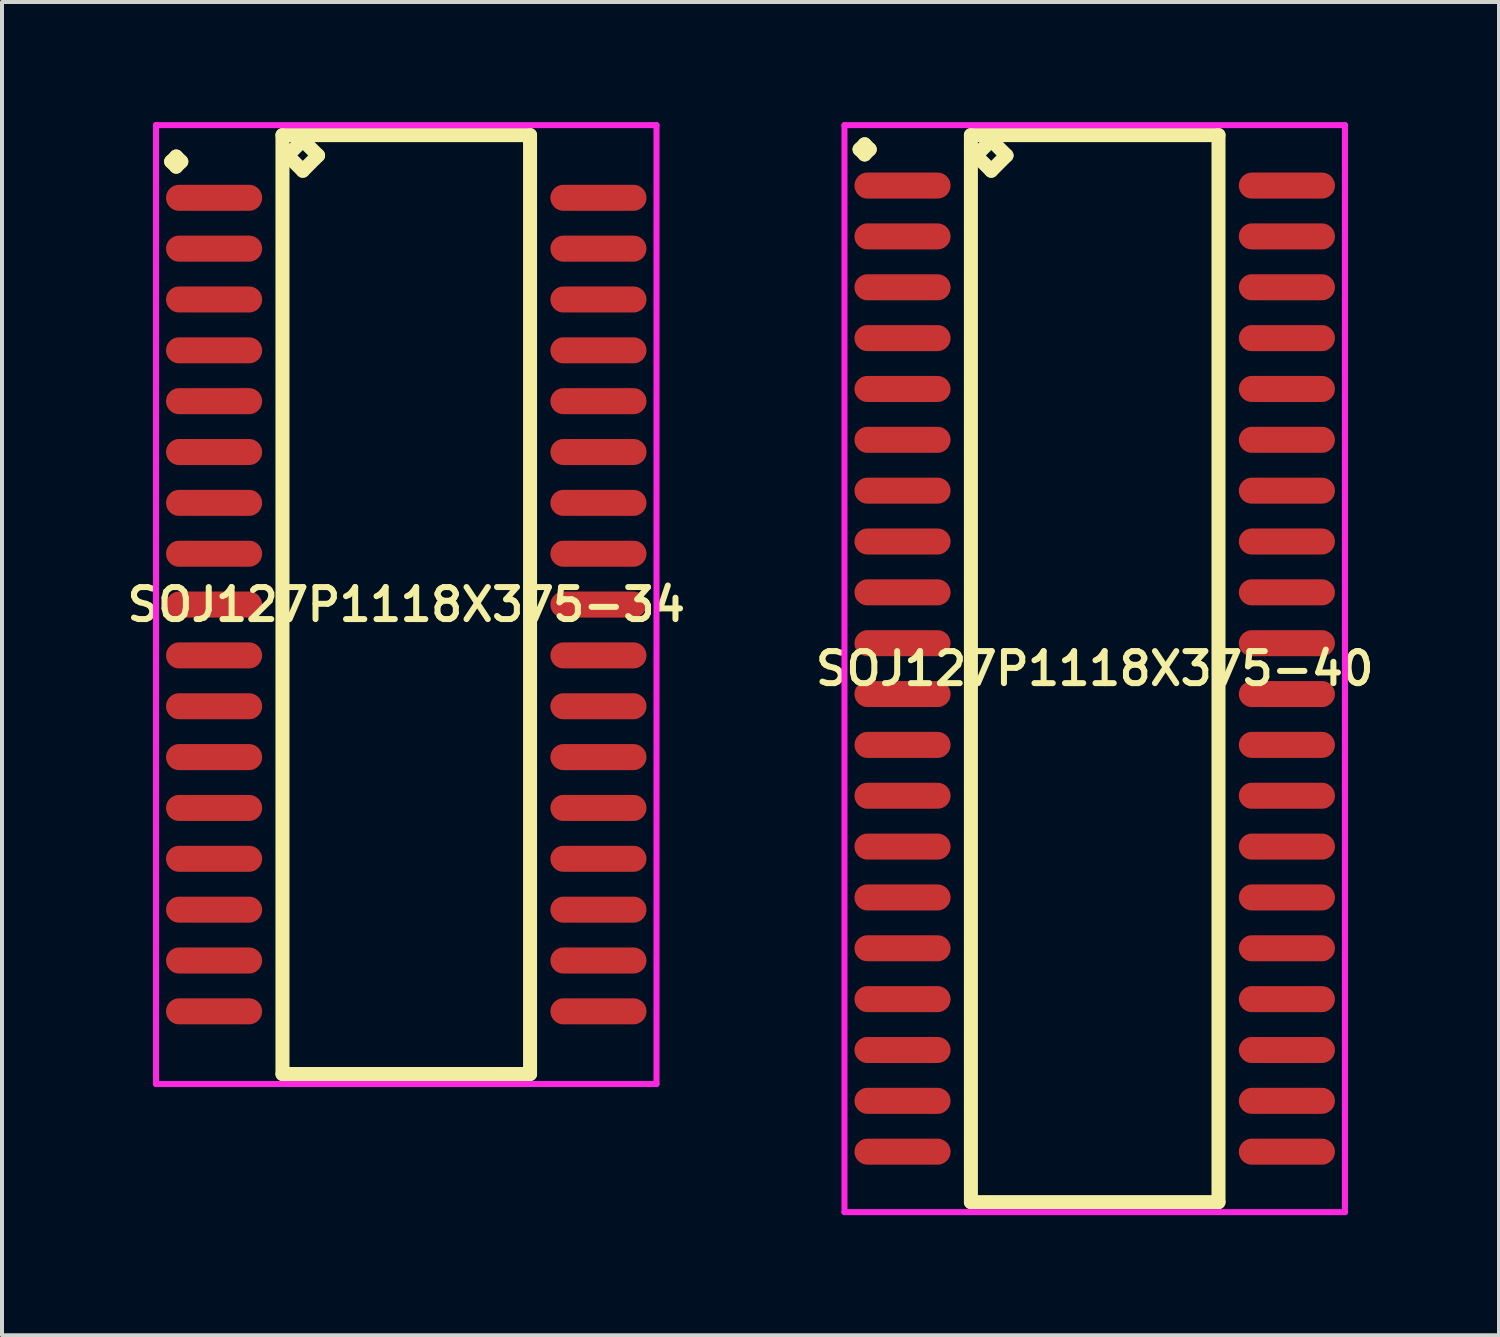
<source format=kicad_pcb>
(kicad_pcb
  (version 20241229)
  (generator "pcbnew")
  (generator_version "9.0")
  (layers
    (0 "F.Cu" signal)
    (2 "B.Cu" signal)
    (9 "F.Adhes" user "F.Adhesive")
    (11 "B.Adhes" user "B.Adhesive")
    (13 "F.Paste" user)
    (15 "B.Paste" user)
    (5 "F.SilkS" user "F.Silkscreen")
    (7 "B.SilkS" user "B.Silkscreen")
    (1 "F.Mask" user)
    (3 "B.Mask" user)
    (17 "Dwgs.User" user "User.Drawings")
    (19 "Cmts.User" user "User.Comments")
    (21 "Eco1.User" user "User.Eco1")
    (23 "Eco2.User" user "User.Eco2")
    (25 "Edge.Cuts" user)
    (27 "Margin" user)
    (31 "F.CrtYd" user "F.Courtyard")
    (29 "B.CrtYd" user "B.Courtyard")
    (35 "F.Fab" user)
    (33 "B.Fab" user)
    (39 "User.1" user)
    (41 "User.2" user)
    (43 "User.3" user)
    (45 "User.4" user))
  (footprint "SOJ127P1118X375-34"
    (layer "F.Cu")
    (at 7.097 12.05)
    (property "Reference" "SOJ127P1118X375-34" (at 0 0 0) (layer "F.SilkS") (effects (font (size 0.8 0.8) (thickness 0.15))))
    (attr smd)
    (fp_line (start -5.873 -11.064) (end -5.746 -11.191) (stroke (width 0.35) (type solid)) (layer "F.SilkS"))
    (fp_line (start -5.746 -11.191) (end -5.619 -11.064) (stroke (width 0.35) (type solid)) (layer "F.SilkS"))
    (fp_line (start -5.746 -10.937) (end -5.873 -11.064) (stroke (width 0.35) (type solid)) (layer "F.SilkS"))
    (fp_line (start -5.619 -11.064) (end -5.746 -10.937) (stroke (width 0.35) (type solid)) (layer "F.SilkS"))
    (fp_line (start -3.092 -11.725) (end -3.092 11.725) (stroke (width 0.35) (type solid)) (layer "F.SilkS"))
    (fp_line (start -3.092 11.725) (end 3.092 11.725) (stroke (width 0.35) (type solid)) (layer "F.SilkS"))
    (fp_line (start -2.965 -11.217) (end -2.584 -11.598) (stroke (width 0.35) (type solid)) (layer "F.SilkS"))
    (fp_line (start -2.584 -11.598) (end -2.203 -11.217) (stroke (width 0.35) (type solid)) (layer "F.SilkS"))
    (fp_line (start -2.584 -10.836) (end -2.965 -11.217) (stroke (width 0.35) (type solid)) (layer "F.SilkS"))
    (fp_line (start -2.203 -11.217) (end -2.584 -10.836) (stroke (width 0.35) (type solid)) (layer "F.SilkS"))
    (fp_line (start 3.092 -11.725) (end -3.092 -11.725) (stroke (width 0.35) (type solid)) (layer "F.SilkS"))
    (fp_line (start 3.092 11.725) (end 3.092 -11.725) (stroke (width 0.35) (type solid)) (layer "F.SilkS"))
    (fp_line (start -6.25 -11.975) (end 6.25 -11.975) (stroke (width 0.15) (type solid)) (layer "F.CrtYd"))
    (fp_line (start -6.25 11.975) (end -6.25 -11.975) (stroke (width 0.15) (type solid)) (layer "F.CrtYd"))
    (fp_line (start 6.25 -11.975) (end 6.25 11.975) (stroke (width 0.15) (type solid)) (layer "F.CrtYd"))
    (fp_line (start 6.25 11.975) (end -6.25 11.975) (stroke (width 0.15) (type solid)) (layer "F.CrtYd"))
    (pad "1" smd oval (at -4.8 -10.16) (size 2.4 0.65) (layers "F.Cu" "F.Mask" "F.Paste"))
    (pad "2" smd oval (at -4.8 -8.89) (size 2.4 0.65) (layers "F.Cu" "F.Mask" "F.Paste"))
    (pad "3" smd oval (at -4.8 -7.62) (size 2.4 0.65) (layers "F.Cu" "F.Mask" "F.Paste"))
    (pad "4" smd oval (at -4.8 -6.35) (size 2.4 0.65) (layers "F.Cu" "F.Mask" "F.Paste"))
    (pad "5" smd oval (at -4.8 -5.08) (size 2.4 0.65) (layers "F.Cu" "F.Mask" "F.Paste"))
    (pad "6" smd oval (at -4.8 -3.81) (size 2.4 0.65) (layers "F.Cu" "F.Mask" "F.Paste"))
    (pad "7" smd oval (at -4.8 -2.54) (size 2.4 0.65) (layers "F.Cu" "F.Mask" "F.Paste"))
    (pad "8" smd oval (at -4.8 -1.27) (size 2.4 0.65) (layers "F.Cu" "F.Mask" "F.Paste"))
    (pad "9" smd oval (at -4.8 0) (size 2.4 0.65) (layers "F.Cu" "F.Mask" "F.Paste"))
    (pad "10" smd oval (at -4.8 1.27) (size 2.4 0.65) (layers "F.Cu" "F.Mask" "F.Paste"))
    (pad "11" smd oval (at -4.8 2.54) (size 2.4 0.65) (layers "F.Cu" "F.Mask" "F.Paste"))
    (pad "12" smd oval (at -4.8 3.81) (size 2.4 0.65) (layers "F.Cu" "F.Mask" "F.Paste"))
    (pad "13" smd oval (at -4.8 5.08) (size 2.4 0.65) (layers "F.Cu" "F.Mask" "F.Paste"))
    (pad "14" smd oval (at -4.8 6.35) (size 2.4 0.65) (layers "F.Cu" "F.Mask" "F.Paste"))
    (pad "15" smd oval (at -4.8 7.62) (size 2.4 0.65) (layers "F.Cu" "F.Mask" "F.Paste"))
    (pad "16" smd oval (at -4.8 8.89) (size 2.4 0.65) (layers "F.Cu" "F.Mask" "F.Paste"))
    (pad "17" smd oval (at -4.8 10.16) (size 2.4 0.65) (layers "F.Cu" "F.Mask" "F.Paste"))
    (pad "18" smd oval (at 4.8 10.16) (size 2.4 0.65) (layers "F.Cu" "F.Mask" "F.Paste"))
    (pad "19" smd oval (at 4.8 8.89) (size 2.4 0.65) (layers "F.Cu" "F.Mask" "F.Paste"))
    (pad "20" smd oval (at 4.8 7.62) (size 2.4 0.65) (layers "F.Cu" "F.Mask" "F.Paste"))
    (pad "21" smd oval (at 4.8 6.35) (size 2.4 0.65) (layers "F.Cu" "F.Mask" "F.Paste"))
    (pad "22" smd oval (at 4.8 5.08) (size 2.4 0.65) (layers "F.Cu" "F.Mask" "F.Paste"))
    (pad "23" smd oval (at 4.8 3.81) (size 2.4 0.65) (layers "F.Cu" "F.Mask" "F.Paste"))
    (pad "24" smd oval (at 4.8 2.54) (size 2.4 0.65) (layers "F.Cu" "F.Mask" "F.Paste"))
    (pad "25" smd oval (at 4.8 1.27) (size 2.4 0.65) (layers "F.Cu" "F.Mask" "F.Paste"))
    (pad "26" smd oval (at 4.8 0) (size 2.4 0.65) (layers "F.Cu" "F.Mask" "F.Paste"))
    (pad "27" smd oval (at 4.8 -1.27) (size 2.4 0.65) (layers "F.Cu" "F.Mask" "F.Paste"))
    (pad "28" smd oval (at 4.8 -2.54) (size 2.4 0.65) (layers "F.Cu" "F.Mask" "F.Paste"))
    (pad "29" smd oval (at 4.8 -3.81) (size 2.4 0.65) (layers "F.Cu" "F.Mask" "F.Paste"))
    (pad "30" smd oval (at 4.8 -5.08) (size 2.4 0.65) (layers "F.Cu" "F.Mask" "F.Paste"))
    (pad "31" smd oval (at 4.8 -6.35) (size 2.4 0.65) (layers "F.Cu" "F.Mask" "F.Paste"))
    (pad "32" smd oval (at 4.8 -7.62) (size 2.4 0.65) (layers "F.Cu" "F.Mask" "F.Paste"))
    (pad "33" smd oval (at 4.8 -8.89) (size 2.4 0.65) (layers "F.Cu" "F.Mask" "F.Paste"))
    (pad "34" smd oval (at 4.8 -10.16) (size 2.4 0.65) (layers "F.Cu" "F.Mask" "F.Paste")))
  (footprint "SOJ127P1118X375-40"
    (layer "F.Cu")
    (at 24.292 13.65)
    (property "Reference" "SOJ127P1118X375-40" (at 0 0 0) (layer "F.SilkS") (effects (font (size 0.8 0.8) (thickness 0.15))))
    (attr smd)
    (fp_line (start -5.873 -12.969) (end -5.746 -13.096) (stroke (width 0.35) (type solid)) (layer "F.SilkS"))
    (fp_line (start -5.746 -13.096) (end -5.619 -12.969) (stroke (width 0.35) (type solid)) (layer "F.SilkS"))
    (fp_line (start -5.746 -12.842) (end -5.873 -12.969) (stroke (width 0.35) (type solid)) (layer "F.SilkS"))
    (fp_line (start -5.619 -12.969) (end -5.746 -12.842) (stroke (width 0.35) (type solid)) (layer "F.SilkS"))
    (fp_line (start -3.092 -13.325) (end -3.092 13.325) (stroke (width 0.35) (type solid)) (layer "F.SilkS"))
    (fp_line (start -3.092 13.325) (end 3.092 13.325) (stroke (width 0.35) (type solid)) (layer "F.SilkS"))
    (fp_line (start -2.965 -12.817) (end -2.584 -13.198) (stroke (width 0.35) (type solid)) (layer "F.SilkS"))
    (fp_line (start -2.584 -13.198) (end -2.203 -12.817) (stroke (width 0.35) (type solid)) (layer "F.SilkS"))
    (fp_line (start -2.584 -12.436) (end -2.965 -12.817) (stroke (width 0.35) (type solid)) (layer "F.SilkS"))
    (fp_line (start -2.203 -12.817) (end -2.584 -12.436) (stroke (width 0.35) (type solid)) (layer "F.SilkS"))
    (fp_line (start 3.092 -13.325) (end -3.092 -13.325) (stroke (width 0.35) (type solid)) (layer "F.SilkS"))
    (fp_line (start 3.092 13.325) (end 3.092 -13.325) (stroke (width 0.35) (type solid)) (layer "F.SilkS"))
    (fp_line (start -6.25 -13.575) (end 6.25 -13.575) (stroke (width 0.15) (type solid)) (layer "F.CrtYd"))
    (fp_line (start -6.25 13.575) (end -6.25 -13.575) (stroke (width 0.15) (type solid)) (layer "F.CrtYd"))
    (fp_line (start 6.25 -13.575) (end 6.25 13.575) (stroke (width 0.15) (type solid)) (layer "F.CrtYd"))
    (fp_line (start 6.25 13.575) (end -6.25 13.575) (stroke (width 0.15) (type solid)) (layer "F.CrtYd"))
    (pad "1" smd oval (at -4.8 -12.065) (size 2.4 0.65) (layers "F.Cu" "F.Mask" "F.Paste"))
    (pad "2" smd oval (at -4.8 -10.795) (size 2.4 0.65) (layers "F.Cu" "F.Mask" "F.Paste"))
    (pad "3" smd oval (at -4.8 -9.525) (size 2.4 0.65) (layers "F.Cu" "F.Mask" "F.Paste"))
    (pad "4" smd oval (at -4.8 -8.255) (size 2.4 0.65) (layers "F.Cu" "F.Mask" "F.Paste"))
    (pad "5" smd oval (at -4.8 -6.985) (size 2.4 0.65) (layers "F.Cu" "F.Mask" "F.Paste"))
    (pad "6" smd oval (at -4.8 -5.715) (size 2.4 0.65) (layers "F.Cu" "F.Mask" "F.Paste"))
    (pad "7" smd oval (at -4.8 -4.445) (size 2.4 0.65) (layers "F.Cu" "F.Mask" "F.Paste"))
    (pad "8" smd oval (at -4.8 -3.175) (size 2.4 0.65) (layers "F.Cu" "F.Mask" "F.Paste"))
    (pad "9" smd oval (at -4.8 -1.905) (size 2.4 0.65) (layers "F.Cu" "F.Mask" "F.Paste"))
    (pad "10" smd oval (at -4.8 -0.635) (size 2.4 0.65) (layers "F.Cu" "F.Mask" "F.Paste"))
    (pad "11" smd oval (at -4.8 0.635) (size 2.4 0.65) (layers "F.Cu" "F.Mask" "F.Paste"))
    (pad "12" smd oval (at -4.8 1.905) (size 2.4 0.65) (layers "F.Cu" "F.Mask" "F.Paste"))
    (pad "13" smd oval (at -4.8 3.175) (size 2.4 0.65) (layers "F.Cu" "F.Mask" "F.Paste"))
    (pad "14" smd oval (at -4.8 4.445) (size 2.4 0.65) (layers "F.Cu" "F.Mask" "F.Paste"))
    (pad "15" smd oval (at -4.8 5.715) (size 2.4 0.65) (layers "F.Cu" "F.Mask" "F.Paste"))
    (pad "16" smd oval (at -4.8 6.985) (size 2.4 0.65) (layers "F.Cu" "F.Mask" "F.Paste"))
    (pad "17" smd oval (at -4.8 8.255) (size 2.4 0.65) (layers "F.Cu" "F.Mask" "F.Paste"))
    (pad "18" smd oval (at -4.8 9.525) (size 2.4 0.65) (layers "F.Cu" "F.Mask" "F.Paste"))
    (pad "19" smd oval (at -4.8 10.795) (size 2.4 0.65) (layers "F.Cu" "F.Mask" "F.Paste"))
    (pad "20" smd oval (at -4.8 12.065) (size 2.4 0.65) (layers "F.Cu" "F.Mask" "F.Paste"))
    (pad "21" smd oval (at 4.8 12.065) (size 2.4 0.65) (layers "F.Cu" "F.Mask" "F.Paste"))
    (pad "22" smd oval (at 4.8 10.795) (size 2.4 0.65) (layers "F.Cu" "F.Mask" "F.Paste"))
    (pad "23" smd oval (at 4.8 9.525) (size 2.4 0.65) (layers "F.Cu" "F.Mask" "F.Paste"))
    (pad "24" smd oval (at 4.8 8.255) (size 2.4 0.65) (layers "F.Cu" "F.Mask" "F.Paste"))
    (pad "25" smd oval (at 4.8 6.985) (size 2.4 0.65) (layers "F.Cu" "F.Mask" "F.Paste"))
    (pad "26" smd oval (at 4.8 5.715) (size 2.4 0.65) (layers "F.Cu" "F.Mask" "F.Paste"))
    (pad "27" smd oval (at 4.8 4.445) (size 2.4 0.65) (layers "F.Cu" "F.Mask" "F.Paste"))
    (pad "28" smd oval (at 4.8 3.175) (size 2.4 0.65) (layers "F.Cu" "F.Mask" "F.Paste"))
    (pad "29" smd oval (at 4.8 1.905) (size 2.4 0.65) (layers "F.Cu" "F.Mask" "F.Paste"))
    (pad "30" smd oval (at 4.8 0.635) (size 2.4 0.65) (layers "F.Cu" "F.Mask" "F.Paste"))
    (pad "31" smd oval (at 4.8 -0.635) (size 2.4 0.65) (layers "F.Cu" "F.Mask" "F.Paste"))
    (pad "32" smd oval (at 4.8 -1.905) (size 2.4 0.65) (layers "F.Cu" "F.Mask" "F.Paste"))
    (pad "33" smd oval (at 4.8 -3.175) (size 2.4 0.65) (layers "F.Cu" "F.Mask" "F.Paste"))
    (pad "34" smd oval (at 4.8 -4.445) (size 2.4 0.65) (layers "F.Cu" "F.Mask" "F.Paste"))
    (pad "35" smd oval (at 4.8 -5.715) (size 2.4 0.65) (layers "F.Cu" "F.Mask" "F.Paste"))
    (pad "36" smd oval (at 4.8 -6.985) (size 2.4 0.65) (layers "F.Cu" "F.Mask" "F.Paste"))
    (pad "37" smd oval (at 4.8 -8.255) (size 2.4 0.65) (layers "F.Cu" "F.Mask" "F.Paste"))
    (pad "38" smd oval (at 4.8 -9.525) (size 2.4 0.65) (layers "F.Cu" "F.Mask" "F.Paste"))
    (pad "39" smd oval (at 4.8 -10.795) (size 2.4 0.65) (layers "F.Cu" "F.Mask" "F.Paste"))
    (pad "40" smd oval (at 4.8 -12.065) (size 2.4 0.65) (layers "F.Cu" "F.Mask" "F.Paste")))
  (gr_rect
    (start -3 -3)
    (end 34.39 30.3)
    (stroke (width 0.1) (type default))
    (fill no)
    (layer "Edge.Cuts")))
</source>
